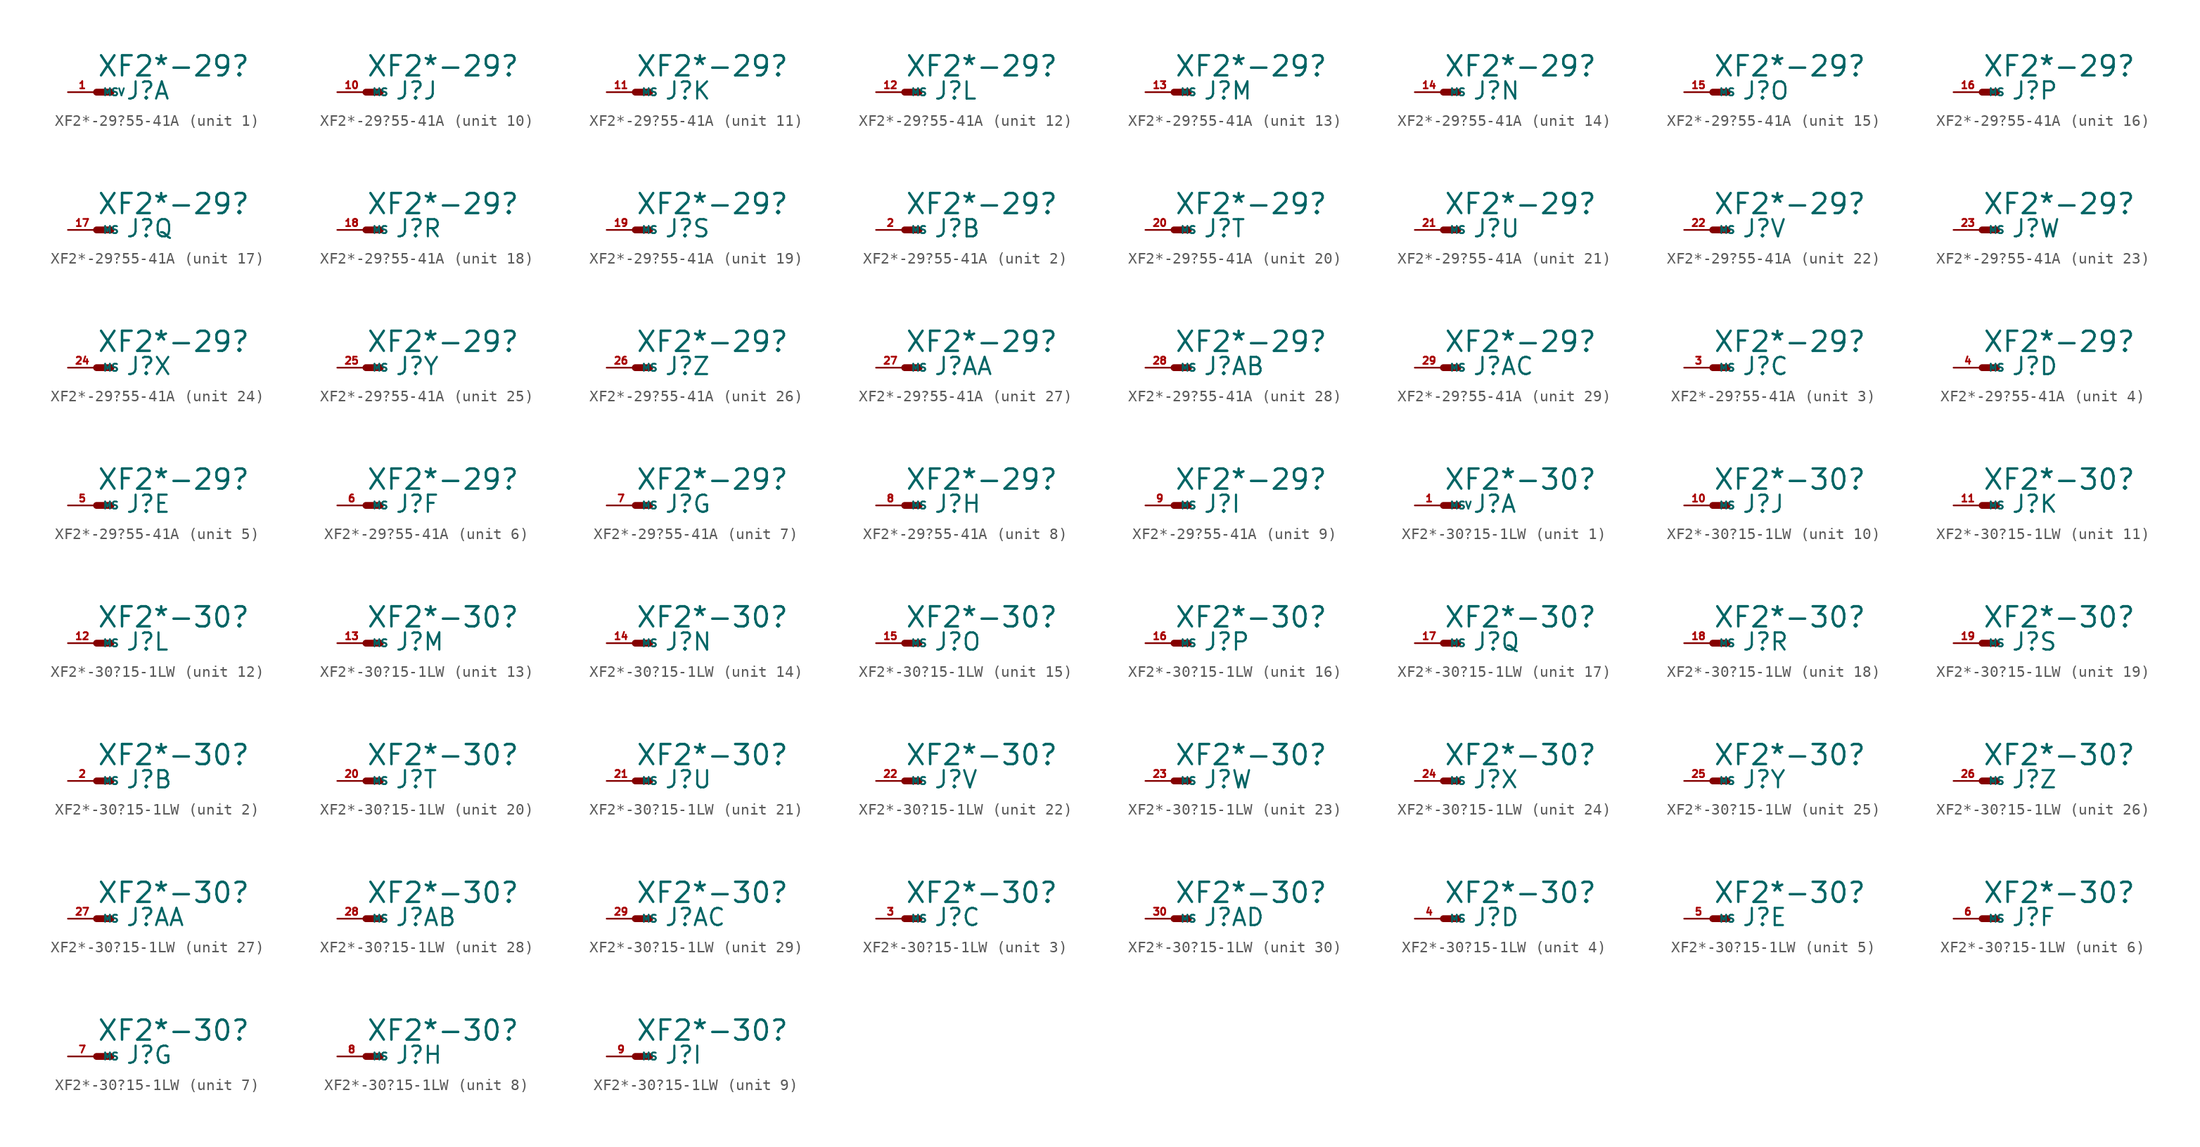
<source format=kicad_sym>
(kicad_symbol_lib
  (version 20220914)
  (generator Eagle2Kicad)
  (symbol "XF2*-29?55-41A"
    (property "Reference" "J"
      (at 2.54 -0.762 0)
      (effects (font (size 1.524 1.524) (thickness 0.19)) (justify left bottom)))
    (property "Value" "XF2*-29?"
      (at 0 1.27 0)
      (effects (font (size 1.778 1.778) (thickness 0.22)) (justify left bottom)))
    (symbol "XF2*-29?55-41A_1_0"
      (polyline (pts (xy 0 0) (xy 1.27 0)) (stroke (width 0.61) (type default)) (fill (type none)))
      (pin passive line (at -2.54 0 0) (length 2.54) (name "MSV" (effects (font (size 0.635 0.635) (thickness 0.08)) (justify left bottom))) (number "1" (effects (font (size 0.635 0.635) (thickness 0.08)) (justify left bottom)))))
    (symbol "XF2*-29?55-41A_2_0"
      (polyline (pts (xy 0 0) (xy 1.27 0)) (stroke (width 0.61) (type default)) (fill (type none)))
      (pin passive line (at -2.54 0 0) (length 2.54) (name "MS" (effects (font (size 0.635 0.635) (thickness 0.08)) (justify left bottom))) (number "2" (effects (font (size 0.635 0.635) (thickness 0.08)) (justify left bottom)))))
    (symbol "XF2*-29?55-41A_3_0"
      (polyline (pts (xy 0 0) (xy 1.27 0)) (stroke (width 0.61) (type default)) (fill (type none)))
      (pin passive line (at -2.54 0 0) (length 2.54) (name "MS" (effects (font (size 0.635 0.635) (thickness 0.08)) (justify left bottom))) (number "3" (effects (font (size 0.635 0.635) (thickness 0.08)) (justify left bottom)))))
    (symbol "XF2*-29?55-41A_4_0"
      (polyline (pts (xy 0 0) (xy 1.27 0)) (stroke (width 0.61) (type default)) (fill (type none)))
      (pin passive line (at -2.54 0 0) (length 2.54) (name "MS" (effects (font (size 0.635 0.635) (thickness 0.08)) (justify left bottom))) (number "4" (effects (font (size 0.635 0.635) (thickness 0.08)) (justify left bottom)))))
    (symbol "XF2*-29?55-41A_5_0"
      (polyline (pts (xy 0 0) (xy 1.27 0)) (stroke (width 0.61) (type default)) (fill (type none)))
      (pin passive line (at -2.54 0 0) (length 2.54) (name "MS" (effects (font (size 0.635 0.635) (thickness 0.08)) (justify left bottom))) (number "5" (effects (font (size 0.635 0.635) (thickness 0.08)) (justify left bottom)))))
    (symbol "XF2*-29?55-41A_6_0"
      (polyline (pts (xy 0 0) (xy 1.27 0)) (stroke (width 0.61) (type default)) (fill (type none)))
      (pin passive line (at -2.54 0 0) (length 2.54) (name "MS" (effects (font (size 0.635 0.635) (thickness 0.08)) (justify left bottom))) (number "6" (effects (font (size 0.635 0.635) (thickness 0.08)) (justify left bottom)))))
    (symbol "XF2*-29?55-41A_7_0"
      (polyline (pts (xy 0 0) (xy 1.27 0)) (stroke (width 0.61) (type default)) (fill (type none)))
      (pin passive line (at -2.54 0 0) (length 2.54) (name "MS" (effects (font (size 0.635 0.635) (thickness 0.08)) (justify left bottom))) (number "7" (effects (font (size 0.635 0.635) (thickness 0.08)) (justify left bottom)))))
    (symbol "XF2*-29?55-41A_8_0"
      (polyline (pts (xy 0 0) (xy 1.27 0)) (stroke (width 0.61) (type default)) (fill (type none)))
      (pin passive line (at -2.54 0 0) (length 2.54) (name "MS" (effects (font (size 0.635 0.635) (thickness 0.08)) (justify left bottom))) (number "8" (effects (font (size 0.635 0.635) (thickness 0.08)) (justify left bottom)))))
    (symbol "XF2*-29?55-41A_9_0"
      (polyline (pts (xy 0 0) (xy 1.27 0)) (stroke (width 0.61) (type default)) (fill (type none)))
      (pin passive line (at -2.54 0 0) (length 2.54) (name "MS" (effects (font (size 0.635 0.635) (thickness 0.08)) (justify left bottom))) (number "9" (effects (font (size 0.635 0.635) (thickness 0.08)) (justify left bottom)))))
    (symbol "XF2*-29?55-41A_10_0"
      (polyline (pts (xy 0 0) (xy 1.27 0)) (stroke (width 0.61) (type default)) (fill (type none)))
      (pin passive line (at -2.54 0 0) (length 2.54) (name "MS" (effects (font (size 0.635 0.635) (thickness 0.08)) (justify left bottom))) (number "10" (effects (font (size 0.635 0.635) (thickness 0.08)) (justify left bottom)))))
    (symbol "XF2*-29?55-41A_11_0"
      (polyline (pts (xy 0 0) (xy 1.27 0)) (stroke (width 0.61) (type default)) (fill (type none)))
      (pin passive line (at -2.54 0 0) (length 2.54) (name "MS" (effects (font (size 0.635 0.635) (thickness 0.08)) (justify left bottom))) (number "11" (effects (font (size 0.635 0.635) (thickness 0.08)) (justify left bottom)))))
    (symbol "XF2*-29?55-41A_12_0"
      (polyline (pts (xy 0 0) (xy 1.27 0)) (stroke (width 0.61) (type default)) (fill (type none)))
      (pin passive line (at -2.54 0 0) (length 2.54) (name "MS" (effects (font (size 0.635 0.635) (thickness 0.08)) (justify left bottom))) (number "12" (effects (font (size 0.635 0.635) (thickness 0.08)) (justify left bottom)))))
    (symbol "XF2*-29?55-41A_13_0"
      (polyline (pts (xy 0 0) (xy 1.27 0)) (stroke (width 0.61) (type default)) (fill (type none)))
      (pin passive line (at -2.54 0 0) (length 2.54) (name "MS" (effects (font (size 0.635 0.635) (thickness 0.08)) (justify left bottom))) (number "13" (effects (font (size 0.635 0.635) (thickness 0.08)) (justify left bottom)))))
    (symbol "XF2*-29?55-41A_14_0"
      (polyline (pts (xy 0 0) (xy 1.27 0)) (stroke (width 0.61) (type default)) (fill (type none)))
      (pin passive line (at -2.54 0 0) (length 2.54) (name "MS" (effects (font (size 0.635 0.635) (thickness 0.08)) (justify left bottom))) (number "14" (effects (font (size 0.635 0.635) (thickness 0.08)) (justify left bottom)))))
    (symbol "XF2*-29?55-41A_15_0"
      (polyline (pts (xy 0 0) (xy 1.27 0)) (stroke (width 0.61) (type default)) (fill (type none)))
      (pin passive line (at -2.54 0 0) (length 2.54) (name "MS" (effects (font (size 0.635 0.635) (thickness 0.08)) (justify left bottom))) (number "15" (effects (font (size 0.635 0.635) (thickness 0.08)) (justify left bottom)))))
    (symbol "XF2*-29?55-41A_16_0"
      (polyline (pts (xy 0 0) (xy 1.27 0)) (stroke (width 0.61) (type default)) (fill (type none)))
      (pin passive line (at -2.54 0 0) (length 2.54) (name "MS" (effects (font (size 0.635 0.635) (thickness 0.08)) (justify left bottom))) (number "16" (effects (font (size 0.635 0.635) (thickness 0.08)) (justify left bottom)))))
    (symbol "XF2*-29?55-41A_17_0"
      (polyline (pts (xy 0 0) (xy 1.27 0)) (stroke (width 0.61) (type default)) (fill (type none)))
      (pin passive line (at -2.54 0 0) (length 2.54) (name "MS" (effects (font (size 0.635 0.635) (thickness 0.08)) (justify left bottom))) (number "17" (effects (font (size 0.635 0.635) (thickness 0.08)) (justify left bottom)))))
    (symbol "XF2*-29?55-41A_18_0"
      (polyline (pts (xy 0 0) (xy 1.27 0)) (stroke (width 0.61) (type default)) (fill (type none)))
      (pin passive line (at -2.54 0 0) (length 2.54) (name "MS" (effects (font (size 0.635 0.635) (thickness 0.08)) (justify left bottom))) (number "18" (effects (font (size 0.635 0.635) (thickness 0.08)) (justify left bottom)))))
    (symbol "XF2*-29?55-41A_19_0"
      (polyline (pts (xy 0 0) (xy 1.27 0)) (stroke (width 0.61) (type default)) (fill (type none)))
      (pin passive line (at -2.54 0 0) (length 2.54) (name "MS" (effects (font (size 0.635 0.635) (thickness 0.08)) (justify left bottom))) (number "19" (effects (font (size 0.635 0.635) (thickness 0.08)) (justify left bottom)))))
    (symbol "XF2*-29?55-41A_20_0"
      (polyline (pts (xy 0 0) (xy 1.27 0)) (stroke (width 0.61) (type default)) (fill (type none)))
      (pin passive line (at -2.54 0 0) (length 2.54) (name "MS" (effects (font (size 0.635 0.635) (thickness 0.08)) (justify left bottom))) (number "20" (effects (font (size 0.635 0.635) (thickness 0.08)) (justify left bottom)))))
    (symbol "XF2*-29?55-41A_21_0"
      (polyline (pts (xy 0 0) (xy 1.27 0)) (stroke (width 0.61) (type default)) (fill (type none)))
      (pin passive line (at -2.54 0 0) (length 2.54) (name "MS" (effects (font (size 0.635 0.635) (thickness 0.08)) (justify left bottom))) (number "21" (effects (font (size 0.635 0.635) (thickness 0.08)) (justify left bottom)))))
    (symbol "XF2*-29?55-41A_22_0"
      (polyline (pts (xy 0 0) (xy 1.27 0)) (stroke (width 0.61) (type default)) (fill (type none)))
      (pin passive line (at -2.54 0 0) (length 2.54) (name "MS" (effects (font (size 0.635 0.635) (thickness 0.08)) (justify left bottom))) (number "22" (effects (font (size 0.635 0.635) (thickness 0.08)) (justify left bottom)))))
    (symbol "XF2*-29?55-41A_23_0"
      (polyline (pts (xy 0 0) (xy 1.27 0)) (stroke (width 0.61) (type default)) (fill (type none)))
      (pin passive line (at -2.54 0 0) (length 2.54) (name "MS" (effects (font (size 0.635 0.635) (thickness 0.08)) (justify left bottom))) (number "23" (effects (font (size 0.635 0.635) (thickness 0.08)) (justify left bottom)))))
    (symbol "XF2*-29?55-41A_24_0"
      (polyline (pts (xy 0 0) (xy 1.27 0)) (stroke (width 0.61) (type default)) (fill (type none)))
      (pin passive line (at -2.54 0 0) (length 2.54) (name "MS" (effects (font (size 0.635 0.635) (thickness 0.08)) (justify left bottom))) (number "24" (effects (font (size 0.635 0.635) (thickness 0.08)) (justify left bottom)))))
    (symbol "XF2*-29?55-41A_25_0"
      (polyline (pts (xy 0 0) (xy 1.27 0)) (stroke (width 0.61) (type default)) (fill (type none)))
      (pin passive line (at -2.54 0 0) (length 2.54) (name "MS" (effects (font (size 0.635 0.635) (thickness 0.08)) (justify left bottom))) (number "25" (effects (font (size 0.635 0.635) (thickness 0.08)) (justify left bottom)))))
    (symbol "XF2*-29?55-41A_26_0"
      (polyline (pts (xy 0 0) (xy 1.27 0)) (stroke (width 0.61) (type default)) (fill (type none)))
      (pin passive line (at -2.54 0 0) (length 2.54) (name "MS" (effects (font (size 0.635 0.635) (thickness 0.08)) (justify left bottom))) (number "26" (effects (font (size 0.635 0.635) (thickness 0.08)) (justify left bottom)))))
    (symbol "XF2*-29?55-41A_27_0"
      (polyline (pts (xy 0 0) (xy 1.27 0)) (stroke (width 0.61) (type default)) (fill (type none)))
      (pin passive line (at -2.54 0 0) (length 2.54) (name "MS" (effects (font (size 0.635 0.635) (thickness 0.08)) (justify left bottom))) (number "27" (effects (font (size 0.635 0.635) (thickness 0.08)) (justify left bottom)))))
    (symbol "XF2*-29?55-41A_28_0"
      (polyline (pts (xy 0 0) (xy 1.27 0)) (stroke (width 0.61) (type default)) (fill (type none)))
      (pin passive line (at -2.54 0 0) (length 2.54) (name "MS" (effects (font (size 0.635 0.635) (thickness 0.08)) (justify left bottom))) (number "28" (effects (font (size 0.635 0.635) (thickness 0.08)) (justify left bottom)))))
    (symbol "XF2*-29?55-41A_29_0"
      (polyline (pts (xy 0 0) (xy 1.27 0)) (stroke (width 0.61) (type default)) (fill (type none)))
      (pin passive line (at -2.54 0 0) (length 2.54) (name "MS" (effects (font (size 0.635 0.635) (thickness 0.08)) (justify left bottom))) (number "29" (effects (font (size 0.635 0.635) (thickness 0.08)) (justify left bottom))))))
  (symbol "XF2*-30?15-1LW"
    (property "Reference" "J"
      (at 2.54 -0.762 0)
      (effects (font (size 1.524 1.524) (thickness 0.19)) (justify left bottom)))
    (property "Value" "XF2*-30?"
      (at 0 1.27 0)
      (effects (font (size 1.778 1.778) (thickness 0.22)) (justify left bottom)))
    (symbol "XF2*-30?15-1LW_1_0"
      (polyline (pts (xy 0 0) (xy 1.27 0)) (stroke (width 0.61) (type default)) (fill (type none)))
      (pin passive line (at -2.54 0 0) (length 2.54) (name "MSV" (effects (font (size 0.635 0.635) (thickness 0.08)) (justify left bottom))) (number "1" (effects (font (size 0.635 0.635) (thickness 0.08)) (justify left bottom)))))
    (symbol "XF2*-30?15-1LW_2_0"
      (polyline (pts (xy 0 0) (xy 1.27 0)) (stroke (width 0.61) (type default)) (fill (type none)))
      (pin passive line (at -2.54 0 0) (length 2.54) (name "MS" (effects (font (size 0.635 0.635) (thickness 0.08)) (justify left bottom))) (number "2" (effects (font (size 0.635 0.635) (thickness 0.08)) (justify left bottom)))))
    (symbol "XF2*-30?15-1LW_3_0"
      (polyline (pts (xy 0 0) (xy 1.27 0)) (stroke (width 0.61) (type default)) (fill (type none)))
      (pin passive line (at -2.54 0 0) (length 2.54) (name "MS" (effects (font (size 0.635 0.635) (thickness 0.08)) (justify left bottom))) (number "3" (effects (font (size 0.635 0.635) (thickness 0.08)) (justify left bottom)))))
    (symbol "XF2*-30?15-1LW_4_0"
      (polyline (pts (xy 0 0) (xy 1.27 0)) (stroke (width 0.61) (type default)) (fill (type none)))
      (pin passive line (at -2.54 0 0) (length 2.54) (name "MS" (effects (font (size 0.635 0.635) (thickness 0.08)) (justify left bottom))) (number "4" (effects (font (size 0.635 0.635) (thickness 0.08)) (justify left bottom)))))
    (symbol "XF2*-30?15-1LW_5_0"
      (polyline (pts (xy 0 0) (xy 1.27 0)) (stroke (width 0.61) (type default)) (fill (type none)))
      (pin passive line (at -2.54 0 0) (length 2.54) (name "MS" (effects (font (size 0.635 0.635) (thickness 0.08)) (justify left bottom))) (number "5" (effects (font (size 0.635 0.635) (thickness 0.08)) (justify left bottom)))))
    (symbol "XF2*-30?15-1LW_6_0"
      (polyline (pts (xy 0 0) (xy 1.27 0)) (stroke (width 0.61) (type default)) (fill (type none)))
      (pin passive line (at -2.54 0 0) (length 2.54) (name "MS" (effects (font (size 0.635 0.635) (thickness 0.08)) (justify left bottom))) (number "6" (effects (font (size 0.635 0.635) (thickness 0.08)) (justify left bottom)))))
    (symbol "XF2*-30?15-1LW_7_0"
      (polyline (pts (xy 0 0) (xy 1.27 0)) (stroke (width 0.61) (type default)) (fill (type none)))
      (pin passive line (at -2.54 0 0) (length 2.54) (name "MS" (effects (font (size 0.635 0.635) (thickness 0.08)) (justify left bottom))) (number "7" (effects (font (size 0.635 0.635) (thickness 0.08)) (justify left bottom)))))
    (symbol "XF2*-30?15-1LW_8_0"
      (polyline (pts (xy 0 0) (xy 1.27 0)) (stroke (width 0.61) (type default)) (fill (type none)))
      (pin passive line (at -2.54 0 0) (length 2.54) (name "MS" (effects (font (size 0.635 0.635) (thickness 0.08)) (justify left bottom))) (number "8" (effects (font (size 0.635 0.635) (thickness 0.08)) (justify left bottom)))))
    (symbol "XF2*-30?15-1LW_9_0"
      (polyline (pts (xy 0 0) (xy 1.27 0)) (stroke (width 0.61) (type default)) (fill (type none)))
      (pin passive line (at -2.54 0 0) (length 2.54) (name "MS" (effects (font (size 0.635 0.635) (thickness 0.08)) (justify left bottom))) (number "9" (effects (font (size 0.635 0.635) (thickness 0.08)) (justify left bottom)))))
    (symbol "XF2*-30?15-1LW_10_0"
      (polyline (pts (xy 0 0) (xy 1.27 0)) (stroke (width 0.61) (type default)) (fill (type none)))
      (pin passive line (at -2.54 0 0) (length 2.54) (name "MS" (effects (font (size 0.635 0.635) (thickness 0.08)) (justify left bottom))) (number "10" (effects (font (size 0.635 0.635) (thickness 0.08)) (justify left bottom)))))
    (symbol "XF2*-30?15-1LW_11_0"
      (polyline (pts (xy 0 0) (xy 1.27 0)) (stroke (width 0.61) (type default)) (fill (type none)))
      (pin passive line (at -2.54 0 0) (length 2.54) (name "MS" (effects (font (size 0.635 0.635) (thickness 0.08)) (justify left bottom))) (number "11" (effects (font (size 0.635 0.635) (thickness 0.08)) (justify left bottom)))))
    (symbol "XF2*-30?15-1LW_12_0"
      (polyline (pts (xy 0 0) (xy 1.27 0)) (stroke (width 0.61) (type default)) (fill (type none)))
      (pin passive line (at -2.54 0 0) (length 2.54) (name "MS" (effects (font (size 0.635 0.635) (thickness 0.08)) (justify left bottom))) (number "12" (effects (font (size 0.635 0.635) (thickness 0.08)) (justify left bottom)))))
    (symbol "XF2*-30?15-1LW_13_0"
      (polyline (pts (xy 0 0) (xy 1.27 0)) (stroke (width 0.61) (type default)) (fill (type none)))
      (pin passive line (at -2.54 0 0) (length 2.54) (name "MS" (effects (font (size 0.635 0.635) (thickness 0.08)) (justify left bottom))) (number "13" (effects (font (size 0.635 0.635) (thickness 0.08)) (justify left bottom)))))
    (symbol "XF2*-30?15-1LW_14_0"
      (polyline (pts (xy 0 0) (xy 1.27 0)) (stroke (width 0.61) (type default)) (fill (type none)))
      (pin passive line (at -2.54 0 0) (length 2.54) (name "MS" (effects (font (size 0.635 0.635) (thickness 0.08)) (justify left bottom))) (number "14" (effects (font (size 0.635 0.635) (thickness 0.08)) (justify left bottom)))))
    (symbol "XF2*-30?15-1LW_15_0"
      (polyline (pts (xy 0 0) (xy 1.27 0)) (stroke (width 0.61) (type default)) (fill (type none)))
      (pin passive line (at -2.54 0 0) (length 2.54) (name "MS" (effects (font (size 0.635 0.635) (thickness 0.08)) (justify left bottom))) (number "15" (effects (font (size 0.635 0.635) (thickness 0.08)) (justify left bottom)))))
    (symbol "XF2*-30?15-1LW_16_0"
      (polyline (pts (xy 0 0) (xy 1.27 0)) (stroke (width 0.61) (type default)) (fill (type none)))
      (pin passive line (at -2.54 0 0) (length 2.54) (name "MS" (effects (font (size 0.635 0.635) (thickness 0.08)) (justify left bottom))) (number "16" (effects (font (size 0.635 0.635) (thickness 0.08)) (justify left bottom)))))
    (symbol "XF2*-30?15-1LW_17_0"
      (polyline (pts (xy 0 0) (xy 1.27 0)) (stroke (width 0.61) (type default)) (fill (type none)))
      (pin passive line (at -2.54 0 0) (length 2.54) (name "MS" (effects (font (size 0.635 0.635) (thickness 0.08)) (justify left bottom))) (number "17" (effects (font (size 0.635 0.635) (thickness 0.08)) (justify left bottom)))))
    (symbol "XF2*-30?15-1LW_18_0"
      (polyline (pts (xy 0 0) (xy 1.27 0)) (stroke (width 0.61) (type default)) (fill (type none)))
      (pin passive line (at -2.54 0 0) (length 2.54) (name "MS" (effects (font (size 0.635 0.635) (thickness 0.08)) (justify left bottom))) (number "18" (effects (font (size 0.635 0.635) (thickness 0.08)) (justify left bottom)))))
    (symbol "XF2*-30?15-1LW_19_0"
      (polyline (pts (xy 0 0) (xy 1.27 0)) (stroke (width 0.61) (type default)) (fill (type none)))
      (pin passive line (at -2.54 0 0) (length 2.54) (name "MS" (effects (font (size 0.635 0.635) (thickness 0.08)) (justify left bottom))) (number "19" (effects (font (size 0.635 0.635) (thickness 0.08)) (justify left bottom)))))
    (symbol "XF2*-30?15-1LW_20_0"
      (polyline (pts (xy 0 0) (xy 1.27 0)) (stroke (width 0.61) (type default)) (fill (type none)))
      (pin passive line (at -2.54 0 0) (length 2.54) (name "MS" (effects (font (size 0.635 0.635) (thickness 0.08)) (justify left bottom))) (number "20" (effects (font (size 0.635 0.635) (thickness 0.08)) (justify left bottom)))))
    (symbol "XF2*-30?15-1LW_21_0"
      (polyline (pts (xy 0 0) (xy 1.27 0)) (stroke (width 0.61) (type default)) (fill (type none)))
      (pin passive line (at -2.54 0 0) (length 2.54) (name "MS" (effects (font (size 0.635 0.635) (thickness 0.08)) (justify left bottom))) (number "21" (effects (font (size 0.635 0.635) (thickness 0.08)) (justify left bottom)))))
    (symbol "XF2*-30?15-1LW_22_0"
      (polyline (pts (xy 0 0) (xy 1.27 0)) (stroke (width 0.61) (type default)) (fill (type none)))
      (pin passive line (at -2.54 0 0) (length 2.54) (name "MS" (effects (font (size 0.635 0.635) (thickness 0.08)) (justify left bottom))) (number "22" (effects (font (size 0.635 0.635) (thickness 0.08)) (justify left bottom)))))
    (symbol "XF2*-30?15-1LW_23_0"
      (polyline (pts (xy 0 0) (xy 1.27 0)) (stroke (width 0.61) (type default)) (fill (type none)))
      (pin passive line (at -2.54 0 0) (length 2.54) (name "MS" (effects (font (size 0.635 0.635) (thickness 0.08)) (justify left bottom))) (number "23" (effects (font (size 0.635 0.635) (thickness 0.08)) (justify left bottom)))))
    (symbol "XF2*-30?15-1LW_24_0"
      (polyline (pts (xy 0 0) (xy 1.27 0)) (stroke (width 0.61) (type default)) (fill (type none)))
      (pin passive line (at -2.54 0 0) (length 2.54) (name "MS" (effects (font (size 0.635 0.635) (thickness 0.08)) (justify left bottom))) (number "24" (effects (font (size 0.635 0.635) (thickness 0.08)) (justify left bottom)))))
    (symbol "XF2*-30?15-1LW_25_0"
      (polyline (pts (xy 0 0) (xy 1.27 0)) (stroke (width 0.61) (type default)) (fill (type none)))
      (pin passive line (at -2.54 0 0) (length 2.54) (name "MS" (effects (font (size 0.635 0.635) (thickness 0.08)) (justify left bottom))) (number "25" (effects (font (size 0.635 0.635) (thickness 0.08)) (justify left bottom)))))
    (symbol "XF2*-30?15-1LW_26_0"
      (polyline (pts (xy 0 0) (xy 1.27 0)) (stroke (width 0.61) (type default)) (fill (type none)))
      (pin passive line (at -2.54 0 0) (length 2.54) (name "MS" (effects (font (size 0.635 0.635) (thickness 0.08)) (justify left bottom))) (number "26" (effects (font (size 0.635 0.635) (thickness 0.08)) (justify left bottom)))))
    (symbol "XF2*-30?15-1LW_27_0"
      (polyline (pts (xy 0 0) (xy 1.27 0)) (stroke (width 0.61) (type default)) (fill (type none)))
      (pin passive line (at -2.54 0 0) (length 2.54) (name "MS" (effects (font (size 0.635 0.635) (thickness 0.08)) (justify left bottom))) (number "27" (effects (font (size 0.635 0.635) (thickness 0.08)) (justify left bottom)))))
    (symbol "XF2*-30?15-1LW_28_0"
      (polyline (pts (xy 0 0) (xy 1.27 0)) (stroke (width 0.61) (type default)) (fill (type none)))
      (pin passive line (at -2.54 0 0) (length 2.54) (name "MS" (effects (font (size 0.635 0.635) (thickness 0.08)) (justify left bottom))) (number "28" (effects (font (size 0.635 0.635) (thickness 0.08)) (justify left bottom)))))
    (symbol "XF2*-30?15-1LW_29_0"
      (polyline (pts (xy 0 0) (xy 1.27 0)) (stroke (width 0.61) (type default)) (fill (type none)))
      (pin passive line (at -2.54 0 0) (length 2.54) (name "MS" (effects (font (size 0.635 0.635) (thickness 0.08)) (justify left bottom))) (number "29" (effects (font (size 0.635 0.635) (thickness 0.08)) (justify left bottom)))))
    (symbol "XF2*-30?15-1LW_30_0"
      (polyline (pts (xy 0 0) (xy 1.27 0)) (stroke (width 0.61) (type default)) (fill (type none)))
      (pin passive line (at -2.54 0 0) (length 2.54) (name "MS" (effects (font (size 0.635 0.635) (thickness 0.08)) (justify left bottom))) (number "30" (effects (font (size 0.635 0.635) (thickness 0.08)) (justify left bottom)))))))
</source>
